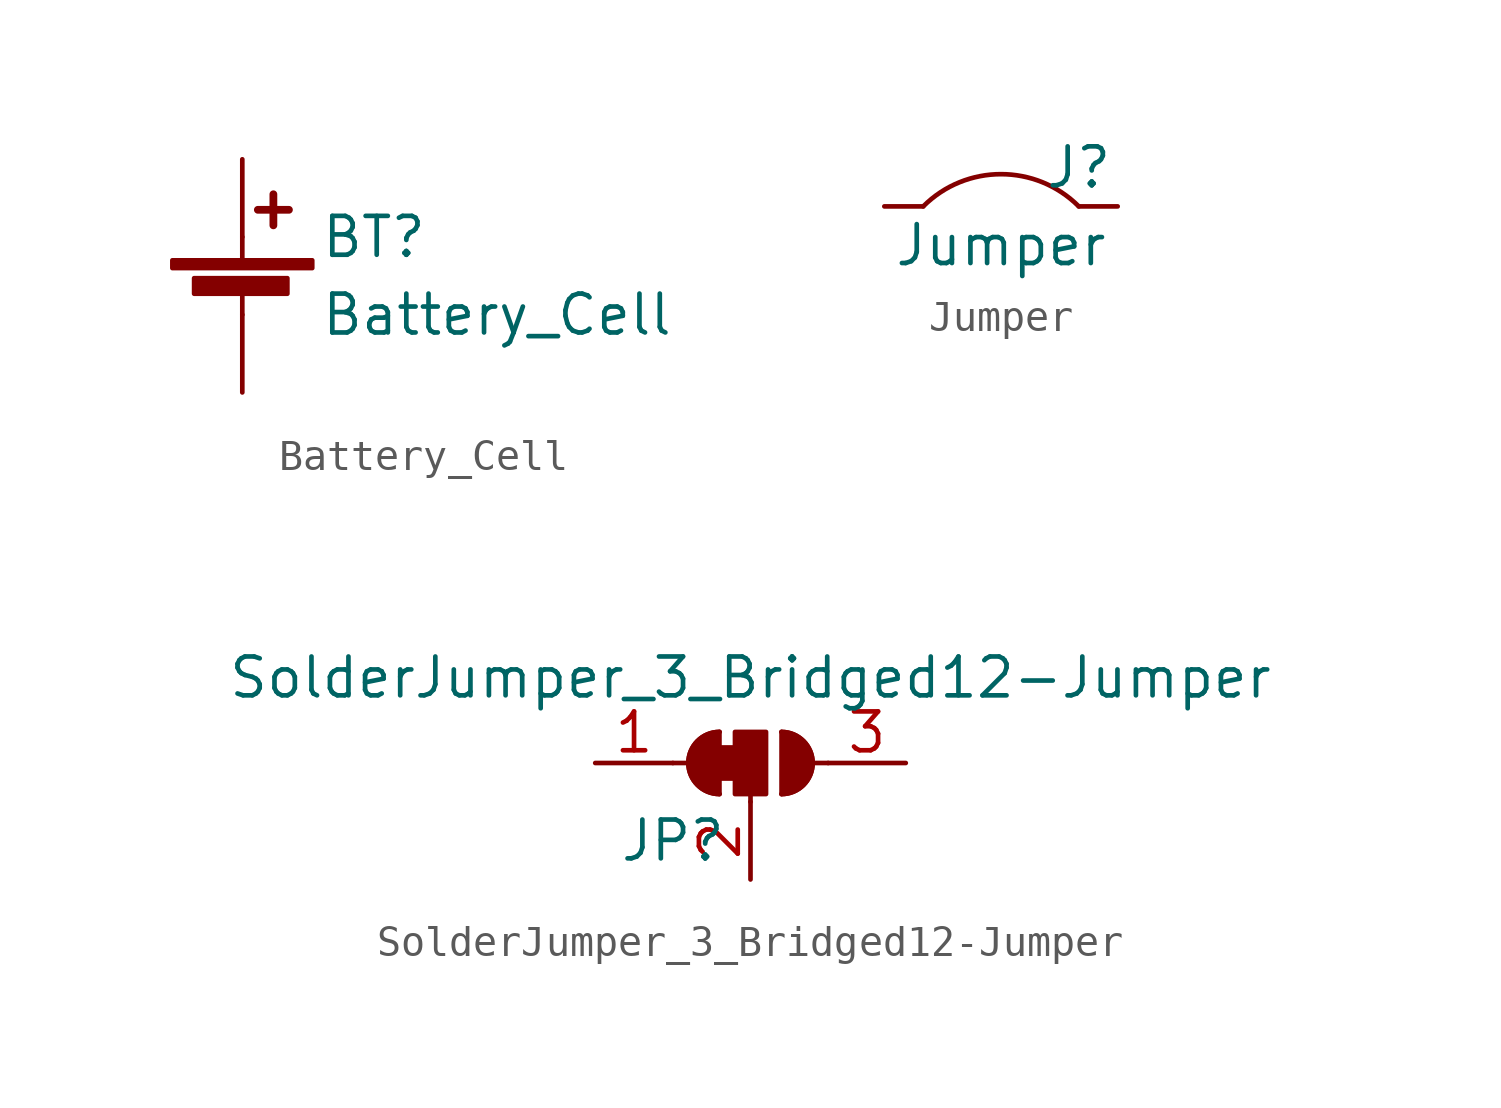
<source format=kicad_sym>
(kicad_symbol_lib
  (version 20220914)
  (generator kicad_symbol_editor)
  (symbol "Battery_Cell"
    (pin_numbers hide)
    (pin_names
      (offset 0) hide)
    (property "Reference" "BT"
      (at 2.54 2.54 0)
      (effects (font (size 1.27 1.27)) (justify left)))
    (property "Value" "Battery_Cell"
      (at 2.54 0 0)
      (effects (font (size 1.27 1.27)) (justify left)))
    (symbol "Battery_Cell_0_1"
      (rectangle (start -2.286 1.778) (end 2.286 1.524) (stroke (width 0) (type default)) (fill (type outline)))
      (rectangle (start -1.575 1.194) (end 1.473 0.686) (stroke (width 0) (type default)) (fill (type outline)))
      (polyline (pts (xy 0 0.762) (xy 0 0)) (stroke (width 0) (type default)) (fill (type none)))
      (polyline (pts (xy 0 1.778) (xy 0 2.54)) (stroke (width 0) (type default)) (fill (type none)))
      (polyline (pts (xy 0.508 3.429) (xy 1.524 3.429)) (stroke (width 0.254) (type default)) (fill (type none)))
      (polyline (pts (xy 1.016 3.937) (xy 1.016 2.921)) (stroke (width 0.254) (type default)) (fill (type none))))
    (symbol "Battery_Cell_1_1"
      (pin passive line (at 0 5.08 270) (length 2.54) (name "+" (effects (font (size 1.27 1.27)))) (number "+" (effects (font (size 1.27 1.27)))))
      (pin passive line (at 0 -2.54 90) (length 2.54) (name "-" (effects (font (size 1.27 1.27)))) (number "-" (effects (font (size 1.27 1.27)))))))
  (symbol "Jumper"
    (pin_numbers hide)
    (pin_names
      (offset 0) hide)
    (property "Reference" "J"
      (at 2.54 1.27 0)
      (effects (font (size 1.27 1.27))))
    (property "Value" "Jumper"
      (at 0 -1.27 0)
      (effects (font (size 1.27 1.27))))
    (symbol "Jumper_0_1"
      (arc (start 2.54 0) (mid 0 1.0521) (end -2.54 0) (stroke (width 0) (type default)) (fill (type none))))
    (symbol "Jumper_1_1"
      (pin unspecified line (at -3.81 0 0) (length 1.27) (name "1" (effects (font (size 1.27 1.27)))) (number "1" (effects (font (size 1.27 1.27)))))
      (pin unspecified line (at 3.81 0 180) (length 1.27) (name "1" (effects (font (size 1.27 1.27)))) (number "1" (effects (font (size 1.27 1.27)))))))
  (symbol "SolderJumper_3_Bridged12-Jumper"
    (pin_names
      (offset 0) hide)
    (property "Reference" "JP"
      (at -2.54 -2.54 0)
      (effects (font (size 1.27 1.27))))
    (property "Value" "SolderJumper_3_Bridged12-Jumper"
      (at 0 2.794 0)
      (effects (font (size 1.27 1.27))))
    (symbol "SolderJumper_3_Bridged12-Jumper_0_1"
      (rectangle (start -1.016 0.508) (end -0.508 -0.508) (stroke (width 0) (type default)) (fill (type outline)))
      (arc (start -1.016 1.016) (mid -2.0276 0) (end -1.016 -1.016) (stroke (width 0) (type default)) (fill (type none)))
      (arc (start -1.016 1.016) (mid -2.0276 0) (end -1.016 -1.016) (stroke (width 0) (type default)) (fill (type outline)))
      (rectangle (start -0.508 1.016) (end 0.508 -1.016) (stroke (width 0) (type default)) (fill (type outline)))
      (polyline (pts (xy -2.54 0) (xy -2.032 0)) (stroke (width 0) (type default)) (fill (type none)))
      (polyline (pts (xy -1.016 1.016) (xy -1.016 -1.016)) (stroke (width 0) (type default)) (fill (type none)))
      (polyline (pts (xy 0 -1.27) (xy 0 -1.016)) (stroke (width 0) (type default)) (fill (type none)))
      (polyline (pts (xy 1.016 1.016) (xy 1.016 -1.016)) (stroke (width 0) (type default)) (fill (type none)))
      (polyline (pts (xy 2.54 0) (xy 2.032 0)) (stroke (width 0) (type default)) (fill (type none)))
      (arc (start 1.016 -1.016) (mid 2.0276 0) (end 1.016 1.016) (stroke (width 0) (type default)) (fill (type none)))
      (arc (start 1.016 -1.016) (mid 2.0276 0) (end 1.016 1.016) (stroke (width 0) (type default)) (fill (type outline))))
    (symbol "SolderJumper_3_Bridged12-Jumper_1_1"
      (pin passive line (at -5.08 0 0) (length 2.54) (name "A" (effects (font (size 1.27 1.27)))) (number "1" (effects (font (size 1.27 1.27)))))
      (pin input line (at 0 -3.81 90) (length 2.54) (name "C" (effects (font (size 1.27 1.27)))) (number "2" (effects (font (size 1.27 1.27)))))
      (pin passive line (at 5.08 0 180) (length 2.54) (name "B" (effects (font (size 1.27 1.27)))) (number "3" (effects (font (size 1.27 1.27))))))))
</source>
